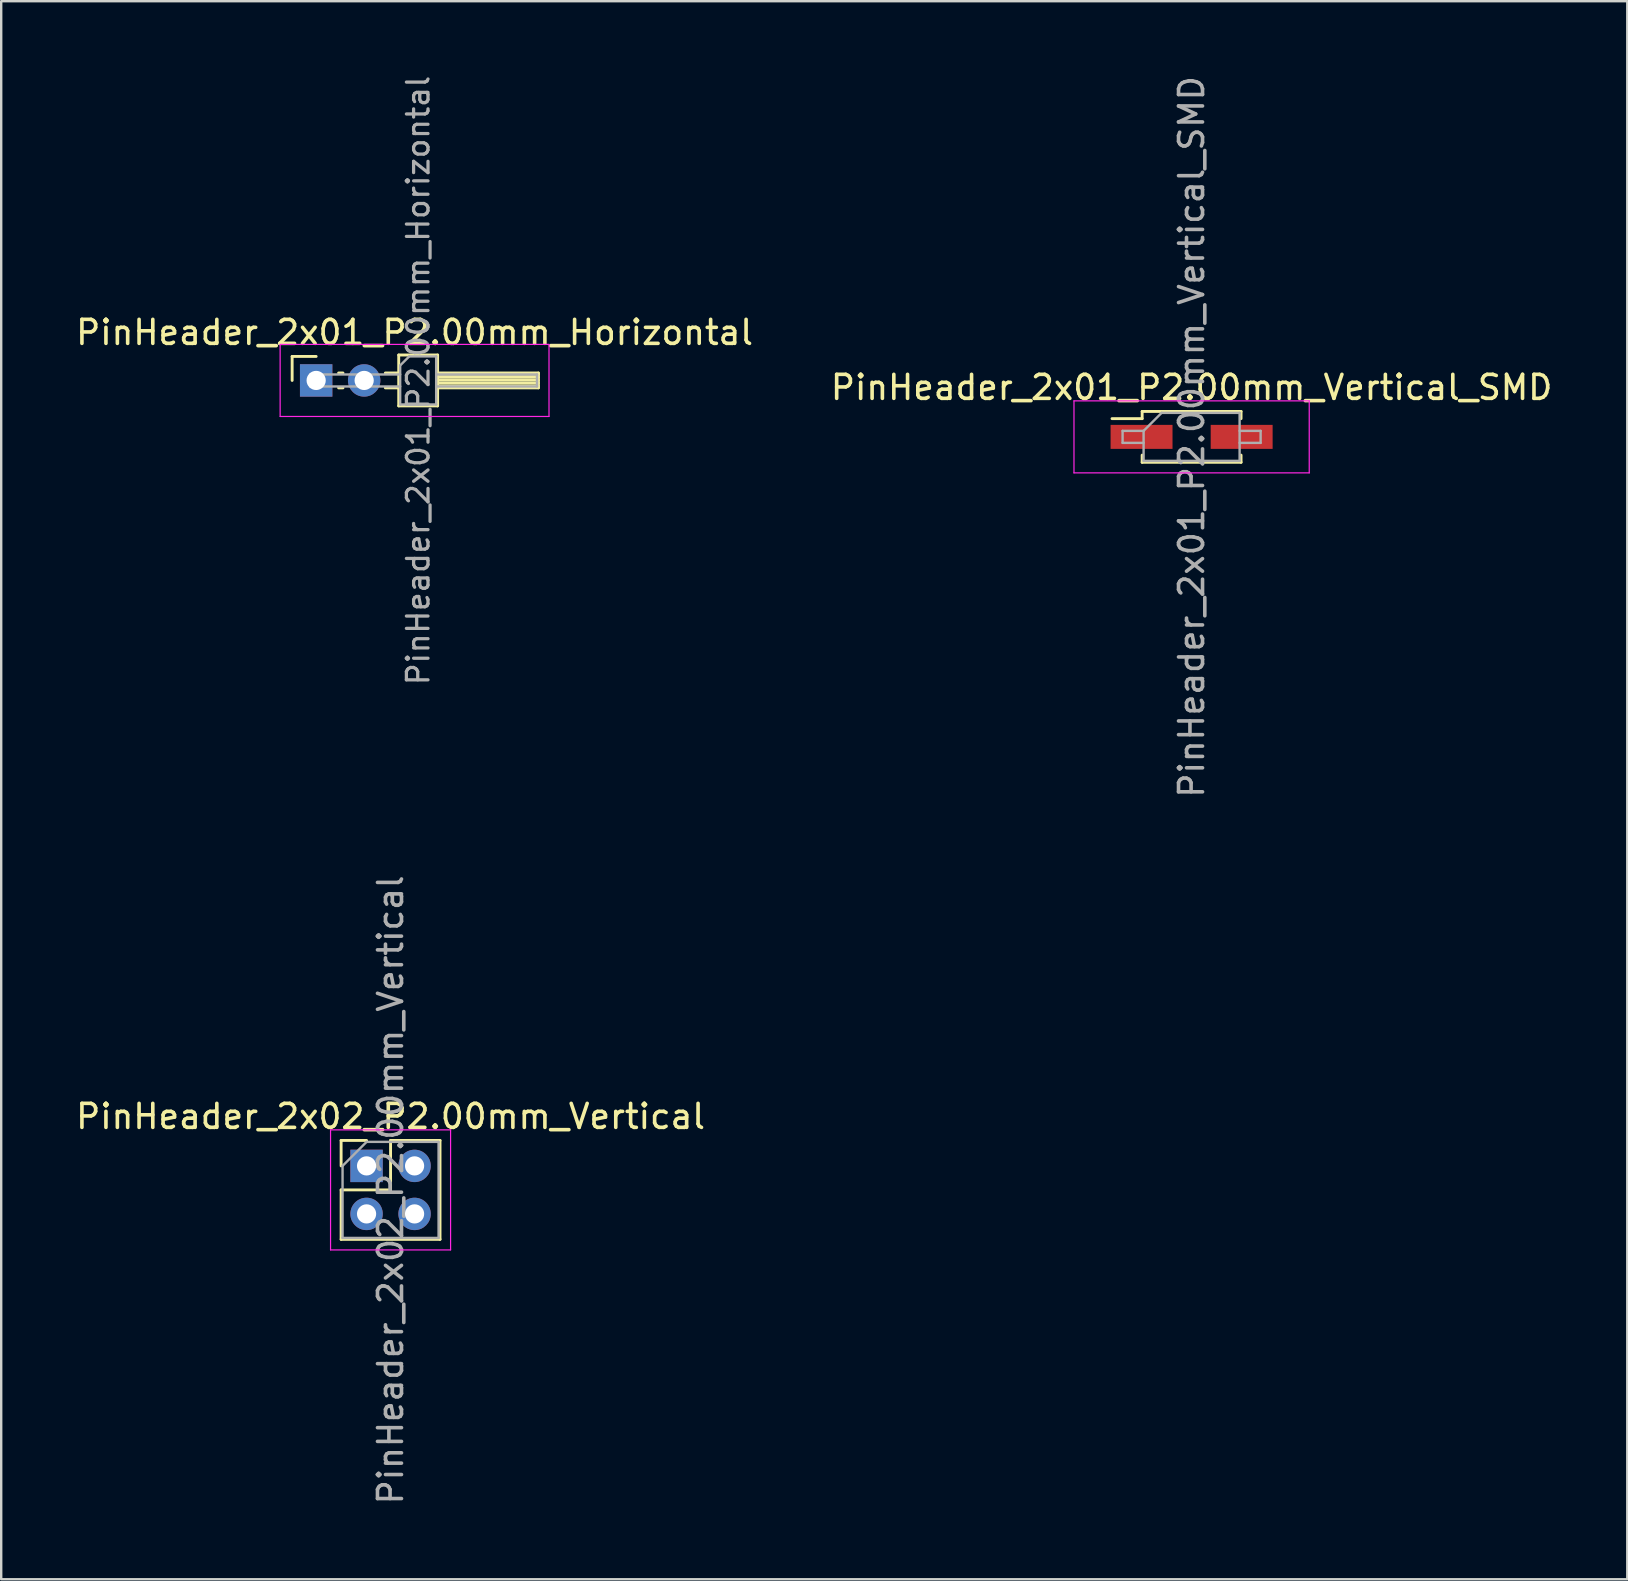
<source format=kicad_pcb>
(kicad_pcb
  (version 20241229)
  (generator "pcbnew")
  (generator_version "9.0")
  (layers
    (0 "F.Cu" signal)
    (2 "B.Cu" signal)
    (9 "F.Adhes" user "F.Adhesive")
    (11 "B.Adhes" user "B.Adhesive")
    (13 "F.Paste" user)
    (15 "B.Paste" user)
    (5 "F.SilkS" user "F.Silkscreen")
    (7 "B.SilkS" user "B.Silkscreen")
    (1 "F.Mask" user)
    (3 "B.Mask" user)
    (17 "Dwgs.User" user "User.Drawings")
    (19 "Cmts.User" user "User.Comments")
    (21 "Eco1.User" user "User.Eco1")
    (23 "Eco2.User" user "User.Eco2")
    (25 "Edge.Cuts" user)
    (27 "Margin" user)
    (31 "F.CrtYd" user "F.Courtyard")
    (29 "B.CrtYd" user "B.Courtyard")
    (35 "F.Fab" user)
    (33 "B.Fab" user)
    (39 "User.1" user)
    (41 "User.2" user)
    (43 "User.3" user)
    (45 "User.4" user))
  (footprint "PinHeader_2x02_P2.00mm_Vertical"
    (layer "F.Cu")
    (at 12.22 45.518)
    (property "Reference" "PinHeader_2x02_P2.00mm_Vertical" (at 1 -2.06 0) (layer "F.SilkS") (effects (font (size 1 1) (thickness 0.15))))
    (attr through_hole)
    (fp_line (start -1.06 -1.06) (end 0 -1.06) (stroke (width 0.12) (type solid)) (layer "F.SilkS"))
    (fp_line (start -1.06 0) (end -1.06 -1.06) (stroke (width 0.12) (type solid)) (layer "F.SilkS"))
    (fp_line (start -1.06 1) (end -1.06 3.06) (stroke (width 0.12) (type solid)) (layer "F.SilkS"))
    (fp_line (start -1.06 1) (end 1 1) (stroke (width 0.12) (type solid)) (layer "F.SilkS"))
    (fp_line (start -1.06 3.06) (end 3.06 3.06) (stroke (width 0.12) (type solid)) (layer "F.SilkS"))
    (fp_line (start 1 -1.06) (end 3.06 -1.06) (stroke (width 0.12) (type solid)) (layer "F.SilkS"))
    (fp_line (start 1 1) (end 1 -1.06) (stroke (width 0.12) (type solid)) (layer "F.SilkS"))
    (fp_line (start 3.06 -1.06) (end 3.06 3.06) (stroke (width 0.12) (type solid)) (layer "F.SilkS"))
    (fp_line (start -1.5 -1.5) (end -1.5 3.5) (stroke (width 0.05) (type solid)) (layer "F.CrtYd"))
    (fp_line (start -1.5 3.5) (end 3.5 3.5) (stroke (width 0.05) (type solid)) (layer "F.CrtYd"))
    (fp_line (start 3.5 -1.5) (end -1.5 -1.5) (stroke (width 0.05) (type solid)) (layer "F.CrtYd"))
    (fp_line (start 3.5 3.5) (end 3.5 -1.5) (stroke (width 0.05) (type solid)) (layer "F.CrtYd"))
    (fp_line (start -1 0) (end 0 -1) (stroke (width 0.1) (type solid)) (layer "F.Fab"))
    (fp_line (start -1 3) (end -1 0) (stroke (width 0.1) (type solid)) (layer "F.Fab"))
    (fp_line (start 0 -1) (end 3 -1) (stroke (width 0.1) (type solid)) (layer "F.Fab"))
    (fp_line (start 3 -1) (end 3 3) (stroke (width 0.1) (type solid)) (layer "F.Fab"))
    (fp_line (start 3 3) (end -1 3) (stroke (width 0.1) (type solid)) (layer "F.Fab"))
    (fp_text user "${REFERENCE}" (at 1 1 90) (layer "F.Fab") (effects (font (size 1 1) (thickness 0.15))))
    (pad "1" thru_hole rect (at 0 0) (size 1.35 1.35) (drill 0.8) (layers "*.Cu" "*.Mask"))
    (pad "2" thru_hole oval (at 2 0) (size 1.35 1.35) (drill 0.8) (layers "*.Cu" "*.Mask"))
    (pad "3" thru_hole oval (at 0 2) (size 1.35 1.35) (drill 0.8) (layers "*.Cu" "*.Mask"))
    (pad "4" thru_hole oval (at 2 2) (size 1.35 1.35) (drill 0.8) (layers "*.Cu" "*.Mask")))
  (footprint "PinHeader_2x01_P2.00mm_Vertical_SMD"
    (layer "F.Cu")
    (at 46.589 15.149)
    (property "Reference" "PinHeader_2x01_P2.00mm_Vertical_SMD" (at 0 -2.06 0) (layer "F.SilkS") (effects (font (size 1 1) (thickness 0.15))))
    (attr smd)
    (fp_line (start -3.315 -0.76) (end -2.06 -0.76) (stroke (width 0.12) (type solid)) (layer "F.SilkS"))
    (fp_line (start -2.06 -1.06) (end -2.06 -0.76) (stroke (width 0.12) (type solid)) (layer "F.SilkS"))
    (fp_line (start -2.06 -1.06) (end 2.06 -1.06) (stroke (width 0.12) (type solid)) (layer "F.SilkS"))
    (fp_line (start -2.06 0.76) (end -2.06 1.06) (stroke (width 0.12) (type solid)) (layer "F.SilkS"))
    (fp_line (start -2.06 1.06) (end 2.06 1.06) (stroke (width 0.12) (type solid)) (layer "F.SilkS"))
    (fp_line (start 2.06 -1.06) (end 2.06 -0.76) (stroke (width 0.12) (type solid)) (layer "F.SilkS"))
    (fp_line (start 2.06 0.76) (end 2.06 1.06) (stroke (width 0.12) (type solid)) (layer "F.SilkS"))
    (fp_line (start -4.9 -1.5) (end -4.9 1.5) (stroke (width 0.05) (type solid)) (layer "F.CrtYd"))
    (fp_line (start -4.9 1.5) (end 4.9 1.5) (stroke (width 0.05) (type solid)) (layer "F.CrtYd"))
    (fp_line (start 4.9 -1.5) (end -4.9 -1.5) (stroke (width 0.05) (type solid)) (layer "F.CrtYd"))
    (fp_line (start 4.9 1.5) (end 4.9 -1.5) (stroke (width 0.05) (type solid)) (layer "F.CrtYd"))
    (fp_line (start -2.875 -0.25) (end -2.875 0.25) (stroke (width 0.1) (type solid)) (layer "F.Fab"))
    (fp_line (start -2.875 0.25) (end -2 0.25) (stroke (width 0.1) (type solid)) (layer "F.Fab"))
    (fp_line (start -2 -0.25) (end -2.875 -0.25) (stroke (width 0.1) (type solid)) (layer "F.Fab"))
    (fp_line (start -2 -0.25) (end -1.25 -1) (stroke (width 0.1) (type solid)) (layer "F.Fab"))
    (fp_line (start -2 1) (end -2 -0.25) (stroke (width 0.1) (type solid)) (layer "F.Fab"))
    (fp_line (start -1.25 -1) (end 2 -1) (stroke (width 0.1) (type solid)) (layer "F.Fab"))
    (fp_line (start 2 -1) (end 2 1) (stroke (width 0.1) (type solid)) (layer "F.Fab"))
    (fp_line (start 2 -0.25) (end 2.875 -0.25) (stroke (width 0.1) (type solid)) (layer "F.Fab"))
    (fp_line (start 2 1) (end -2 1) (stroke (width 0.1) (type solid)) (layer "F.Fab"))
    (fp_line (start 2.875 -0.25) (end 2.875 0.25) (stroke (width 0.1) (type solid)) (layer "F.Fab"))
    (fp_line (start 2.875 0.25) (end 2 0.25) (stroke (width 0.1) (type solid)) (layer "F.Fab"))
    (fp_text user "${REFERENCE}" (at 0 0 90) (layer "F.Fab") (effects (font (size 1 1) (thickness 0.15))))
    (pad "1" smd rect (at -2.085 0) (size 2.58 1) (layers "F.Cu" "F.Mask" "F.Paste"))
    (pad "2" smd rect (at 2.085 0) (size 2.58 1) (layers "F.Cu" "F.Mask" "F.Paste")))
  (footprint "PinHeader_2x01_P2.00mm_Horizontal"
    (layer "F.Cu")
    (at 10.12 12.798)
    (property "Reference" "PinHeader_2x01_P2.00mm_Horizontal" (at 4.1 -2 0) (layer "F.SilkS") (effects (font (size 1 1) (thickness 0.15))))
    (attr through_hole)
    (fp_line (start -1 -1) (end 0 -1) (stroke (width 0.12) (type solid)) (layer "F.SilkS"))
    (fp_line (start -1 0) (end -1 -1) (stroke (width 0.12) (type solid)) (layer "F.SilkS"))
    (fp_line (start 0.935 -0.31) (end 1.118 -0.31) (stroke (width 0.12) (type solid)) (layer "F.SilkS"))
    (fp_line (start 0.935 0.31) (end 1.118 0.31) (stroke (width 0.12) (type solid)) (layer "F.SilkS"))
    (fp_line (start 2.882 -0.31) (end 3.44 -0.31) (stroke (width 0.12) (type solid)) (layer "F.SilkS"))
    (fp_line (start 2.882 0.31) (end 3.44 0.31) (stroke (width 0.12) (type solid)) (layer "F.SilkS"))
    (fp_line (start 3.44 -1.06) (end 3.44 1.06) (stroke (width 0.12) (type solid)) (layer "F.SilkS"))
    (fp_line (start 3.44 1.06) (end 5.06 1.06) (stroke (width 0.12) (type solid)) (layer "F.SilkS"))
    (fp_line (start 5.06 -1.06) (end 3.44 -1.06) (stroke (width 0.12) (type solid)) (layer "F.SilkS"))
    (fp_line (start 5.06 -0.31) (end 9.26 -0.31) (stroke (width 0.12) (type solid)) (layer "F.SilkS"))
    (fp_line (start 5.06 -0.25) (end 9.26 -0.25) (stroke (width 0.12) (type solid)) (layer "F.SilkS"))
    (fp_line (start 5.06 -0.13) (end 9.26 -0.13) (stroke (width 0.12) (type solid)) (layer "F.SilkS"))
    (fp_line (start 5.06 -0.01) (end 9.26 -0.01) (stroke (width 0.12) (type solid)) (layer "F.SilkS"))
    (fp_line (start 5.06 0.11) (end 9.26 0.11) (stroke (width 0.12) (type solid)) (layer "F.SilkS"))
    (fp_line (start 5.06 0.23) (end 9.26 0.23) (stroke (width 0.12) (type solid)) (layer "F.SilkS"))
    (fp_line (start 5.06 1.06) (end 5.06 -1.06) (stroke (width 0.12) (type solid)) (layer "F.SilkS"))
    (fp_line (start 9.26 -0.31) (end 9.26 0.31) (stroke (width 0.12) (type solid)) (layer "F.SilkS"))
    (fp_line (start 9.26 0.31) (end 5.06 0.31) (stroke (width 0.12) (type solid)) (layer "F.SilkS"))
    (fp_line (start -1.5 -1.5) (end -1.5 1.5) (stroke (width 0.05) (type solid)) (layer "F.CrtYd"))
    (fp_line (start -1.5 1.5) (end 9.7 1.5) (stroke (width 0.05) (type solid)) (layer "F.CrtYd"))
    (fp_line (start 9.7 -1.5) (end -1.5 -1.5) (stroke (width 0.05) (type solid)) (layer "F.CrtYd"))
    (fp_line (start 9.7 1.5) (end 9.7 -1.5) (stroke (width 0.05) (type solid)) (layer "F.CrtYd"))
    (fp_line (start -0.25 -0.25) (end -0.25 0.25) (stroke (width 0.1) (type solid)) (layer "F.Fab"))
    (fp_line (start -0.25 -0.25) (end 3.5 -0.25) (stroke (width 0.1) (type solid)) (layer "F.Fab"))
    (fp_line (start -0.25 0.25) (end 3.5 0.25) (stroke (width 0.1) (type solid)) (layer "F.Fab"))
    (fp_line (start 3.5 -0.625) (end 3.875 -1) (stroke (width 0.1) (type solid)) (layer "F.Fab"))
    (fp_line (start 3.5 1) (end 3.5 -0.625) (stroke (width 0.1) (type solid)) (layer "F.Fab"))
    (fp_line (start 3.875 -1) (end 5 -1) (stroke (width 0.1) (type solid)) (layer "F.Fab"))
    (fp_line (start 5 -1) (end 5 1) (stroke (width 0.1) (type solid)) (layer "F.Fab"))
    (fp_line (start 5 -0.25) (end 9.2 -0.25) (stroke (width 0.1) (type solid)) (layer "F.Fab"))
    (fp_line (start 5 0.25) (end 9.2 0.25) (stroke (width 0.1) (type solid)) (layer "F.Fab"))
    (fp_line (start 5 1) (end 3.5 1) (stroke (width 0.1) (type solid)) (layer "F.Fab"))
    (fp_line (start 9.2 -0.25) (end 9.2 0.25) (stroke (width 0.1) (type solid)) (layer "F.Fab"))
    (fp_text user "${REFERENCE}" (at 4.25 0 90) (layer "F.Fab") (effects (font (size 0.9 0.9) (thickness 0.135))))
    (pad "1" thru_hole rect (at 0 0) (size 1.35 1.35) (drill 0.8) (layers "*.Cu" "*.Mask"))
    (pad "2" thru_hole oval (at 2 0) (size 1.35 1.35) (drill 0.8) (layers "*.Cu" "*.Mask")))
  (gr_rect
    (start -3 -3)
    (end 64.738 62.738)
    (stroke (width 0.1) (type default))
    (fill no)
    (layer "Edge.Cuts")))
</source>
